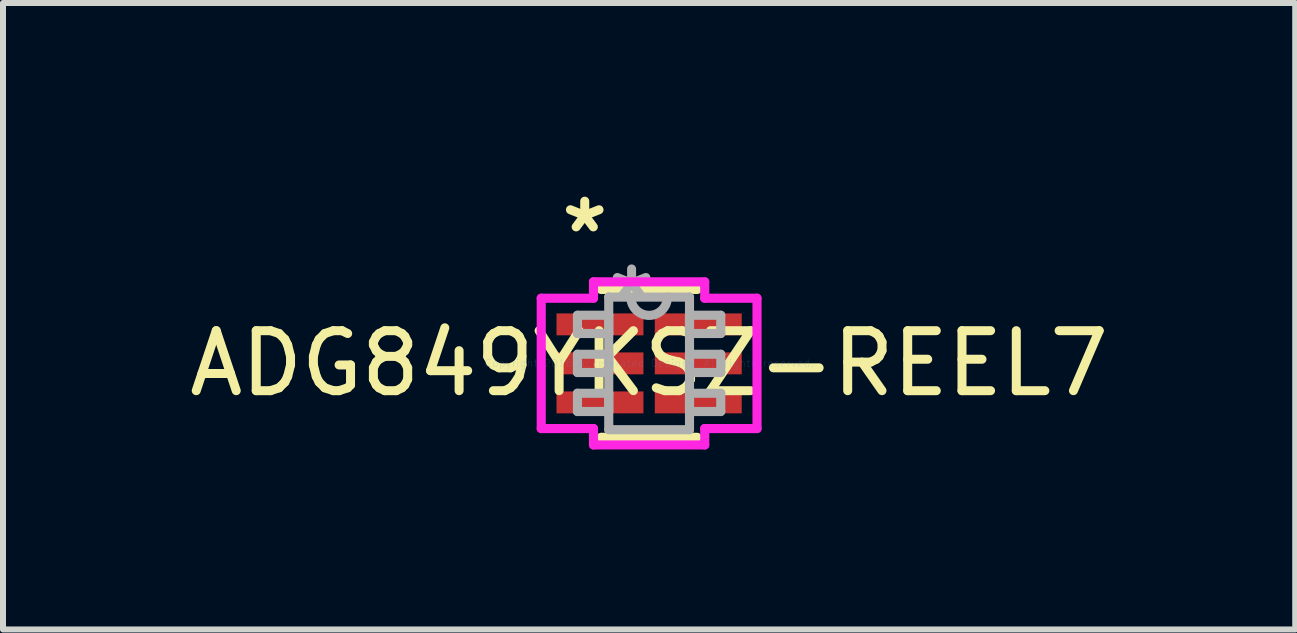
<source format=kicad_pcb>
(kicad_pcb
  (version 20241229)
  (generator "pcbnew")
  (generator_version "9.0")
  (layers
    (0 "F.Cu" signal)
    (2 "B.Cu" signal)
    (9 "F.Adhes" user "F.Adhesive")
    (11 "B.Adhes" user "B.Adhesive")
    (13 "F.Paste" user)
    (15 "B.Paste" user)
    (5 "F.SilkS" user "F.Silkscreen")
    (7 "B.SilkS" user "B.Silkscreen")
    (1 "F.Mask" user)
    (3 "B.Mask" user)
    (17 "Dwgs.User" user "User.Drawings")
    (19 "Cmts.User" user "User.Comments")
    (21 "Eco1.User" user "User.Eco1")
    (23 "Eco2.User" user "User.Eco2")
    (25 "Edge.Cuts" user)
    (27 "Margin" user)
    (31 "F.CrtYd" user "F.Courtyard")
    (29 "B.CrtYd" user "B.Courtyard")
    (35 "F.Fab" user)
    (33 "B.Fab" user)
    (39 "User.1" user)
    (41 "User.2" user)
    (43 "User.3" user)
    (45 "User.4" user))
  (footprint "ADG849YKSZ-REEL7"
    (layer "F.Cu")
    (at 7.768 3.006)
    (property "Reference" "ADG849YKSZ-REEL7" (at 0 0 0) (layer "F.SilkS") (effects (font (size 1 1) (thickness 0.15))))
    (attr through_hole)
    (fp_line (start -0.8 1.232) (end 0.8 1.232) (stroke (width 0.152) (type solid)) (layer "F.SilkS"))
    (fp_line (start 0.8 -1.232) (end -0.8 -1.232) (stroke (width 0.152) (type solid)) (layer "F.SilkS"))
    (fp_line (start -1.798 -1.086) (end -0.927 -1.086) (stroke (width 0.152) (type solid)) (layer "F.CrtYd"))
    (fp_line (start -1.798 1.086) (end -1.798 -1.086) (stroke (width 0.152) (type solid)) (layer "F.CrtYd"))
    (fp_line (start -0.927 -1.359) (end 0.927 -1.359) (stroke (width 0.152) (type solid)) (layer "F.CrtYd"))
    (fp_line (start -0.927 -1.086) (end -0.927 -1.359) (stroke (width 0.152) (type solid)) (layer "F.CrtYd"))
    (fp_line (start -0.927 1.086) (end -1.798 1.086) (stroke (width 0.152) (type solid)) (layer "F.CrtYd"))
    (fp_line (start -0.927 1.359) (end -0.927 1.086) (stroke (width 0.152) (type solid)) (layer "F.CrtYd"))
    (fp_line (start 0.927 -1.359) (end 0.927 -1.086) (stroke (width 0.152) (type solid)) (layer "F.CrtYd"))
    (fp_line (start 0.927 -1.086) (end 1.798 -1.086) (stroke (width 0.152) (type solid)) (layer "F.CrtYd"))
    (fp_line (start 0.927 1.086) (end 0.927 1.359) (stroke (width 0.152) (type solid)) (layer "F.CrtYd"))
    (fp_line (start 0.927 1.359) (end -0.927 1.359) (stroke (width 0.152) (type solid)) (layer "F.CrtYd"))
    (fp_line (start 1.798 -1.086) (end 1.798 1.086) (stroke (width 0.152) (type solid)) (layer "F.CrtYd"))
    (fp_line (start 1.798 1.086) (end 0.927 1.086) (stroke (width 0.152) (type solid)) (layer "F.CrtYd"))
    (fp_line (start -1.194 -0.802) (end -1.194 -0.498) (stroke (width 0.152) (type solid)) (layer "F.Fab"))
    (fp_line (start -1.194 -0.498) (end -0.673 -0.498) (stroke (width 0.152) (type solid)) (layer "F.Fab"))
    (fp_line (start -1.194 -0.152) (end -1.194 0.152) (stroke (width 0.152) (type solid)) (layer "F.Fab"))
    (fp_line (start -1.194 0.152) (end -0.673 0.152) (stroke (width 0.152) (type solid)) (layer "F.Fab"))
    (fp_line (start -1.194 0.498) (end -1.194 0.802) (stroke (width 0.152) (type solid)) (layer "F.Fab"))
    (fp_line (start -1.194 0.802) (end -0.673 0.802) (stroke (width 0.152) (type solid)) (layer "F.Fab"))
    (fp_line (start -0.673 -1.105) (end -0.673 1.105) (stroke (width 0.152) (type solid)) (layer "F.Fab"))
    (fp_line (start -0.673 -0.802) (end -1.194 -0.802) (stroke (width 0.152) (type solid)) (layer "F.Fab"))
    (fp_line (start -0.673 -0.498) (end -0.673 -0.802) (stroke (width 0.152) (type solid)) (layer "F.Fab"))
    (fp_line (start -0.673 -0.152) (end -1.194 -0.152) (stroke (width 0.152) (type solid)) (layer "F.Fab"))
    (fp_line (start -0.673 0.152) (end -0.673 -0.152) (stroke (width 0.152) (type solid)) (layer "F.Fab"))
    (fp_line (start -0.673 0.498) (end -1.194 0.498) (stroke (width 0.152) (type solid)) (layer "F.Fab"))
    (fp_line (start -0.673 0.802) (end -0.673 0.498) (stroke (width 0.152) (type solid)) (layer "F.Fab"))
    (fp_line (start -0.673 1.105) (end 0.673 1.105) (stroke (width 0.152) (type solid)) (layer "F.Fab"))
    (fp_line (start 0.673 -1.105) (end -0.673 -1.105) (stroke (width 0.152) (type solid)) (layer "F.Fab"))
    (fp_line (start 0.673 -0.802) (end 0.673 -0.498) (stroke (width 0.152) (type solid)) (layer "F.Fab"))
    (fp_line (start 0.673 -0.498) (end 1.194 -0.498) (stroke (width 0.152) (type solid)) (layer "F.Fab"))
    (fp_line (start 0.673 -0.152) (end 0.673 0.152) (stroke (width 0.152) (type solid)) (layer "F.Fab"))
    (fp_line (start 0.673 0.152) (end 1.194 0.152) (stroke (width 0.152) (type solid)) (layer "F.Fab"))
    (fp_line (start 0.673 0.498) (end 0.673 0.802) (stroke (width 0.152) (type solid)) (layer "F.Fab"))
    (fp_line (start 0.673 0.802) (end 1.194 0.802) (stroke (width 0.152) (type solid)) (layer "F.Fab"))
    (fp_line (start 0.673 1.105) (end 0.673 -1.105) (stroke (width 0.152) (type solid)) (layer "F.Fab"))
    (fp_line (start 1.194 -0.802) (end 0.673 -0.802) (stroke (width 0.152) (type solid)) (layer "F.Fab"))
    (fp_line (start 1.194 -0.498) (end 1.194 -0.802) (stroke (width 0.152) (type solid)) (layer "F.Fab"))
    (fp_line (start 1.194 -0.152) (end 0.673 -0.152) (stroke (width 0.152) (type solid)) (layer "F.Fab"))
    (fp_line (start 1.194 0.152) (end 1.194 -0.152) (stroke (width 0.152) (type solid)) (layer "F.Fab"))
    (fp_line (start 1.194 0.498) (end 0.673 0.498) (stroke (width 0.152) (type solid)) (layer "F.Fab"))
    (fp_line (start 1.194 0.802) (end 1.194 0.498) (stroke (width 0.152) (type solid)) (layer "F.Fab"))
    (fp_arc (start 0.3048 -1.1049) (mid 0 -0.8001) (end -0.3048 -1.1049) (stroke (width 0.1524) (type solid)) (layer "F.Fab"))
    (fp_text user "*" (at -1.073 -2.158 0) (layer "F.SilkS") (effects (font (size 1 1) (thickness 0.15))))
    (fp_text user "Copyright 2016 Accelerated Designs. All rights reserved." (at 0 0 0) (layer "Cmts.User") (effects (font (size 0.127 0.127) (thickness 0.002))))
    (fp_text user "*" (at -0.292 -1.029 0) (layer "F.Fab") (effects (font (size 1 1) (thickness 0.15))))
    (pad "1" smd rect (at -0.819 -0.65) (size 1.449 0.365) (layers "F.Cu" "F.Mask" "F.Paste"))
    (pad "2" smd rect (at -0.819 0) (size 1.449 0.365) (layers "F.Cu" "F.Mask" "F.Paste"))
    (pad "3" smd rect (at -0.819 0.65) (size 1.449 0.365) (layers "F.Cu" "F.Mask" "F.Paste"))
    (pad "4" smd rect (at 0.819 0.65) (size 1.449 0.365) (layers "F.Cu" "F.Mask" "F.Paste"))
    (pad "5" smd rect (at 0.819 0) (size 1.449 0.365) (layers "F.Cu" "F.Mask" "F.Paste"))
    (pad "6" smd rect (at 0.819 -0.65) (size 1.449 0.365) (layers "F.Cu" "F.Mask" "F.Paste")))
  (gr_rect
    (start -3 -3)
    (end 18.536 7.441)
    (stroke (width 0.1) (type default))
    (fill no)
    (layer "Edge.Cuts")))
</source>
